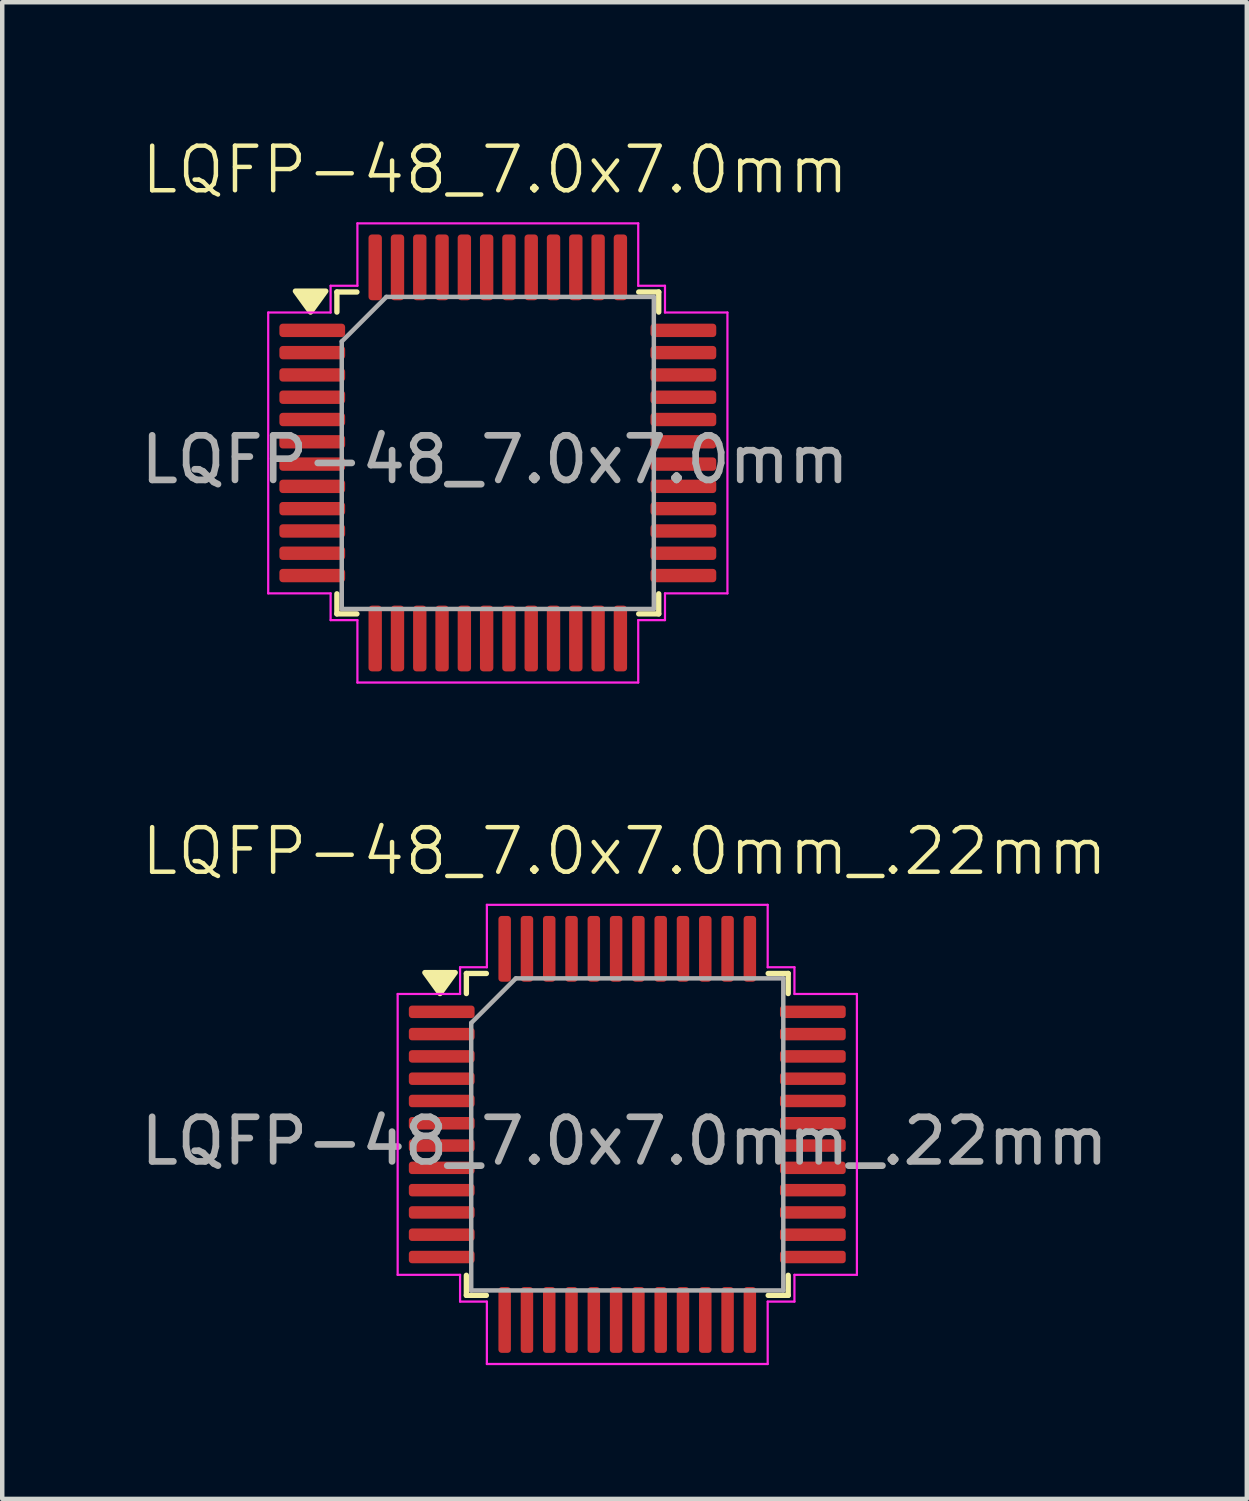
<source format=kicad_pcb>
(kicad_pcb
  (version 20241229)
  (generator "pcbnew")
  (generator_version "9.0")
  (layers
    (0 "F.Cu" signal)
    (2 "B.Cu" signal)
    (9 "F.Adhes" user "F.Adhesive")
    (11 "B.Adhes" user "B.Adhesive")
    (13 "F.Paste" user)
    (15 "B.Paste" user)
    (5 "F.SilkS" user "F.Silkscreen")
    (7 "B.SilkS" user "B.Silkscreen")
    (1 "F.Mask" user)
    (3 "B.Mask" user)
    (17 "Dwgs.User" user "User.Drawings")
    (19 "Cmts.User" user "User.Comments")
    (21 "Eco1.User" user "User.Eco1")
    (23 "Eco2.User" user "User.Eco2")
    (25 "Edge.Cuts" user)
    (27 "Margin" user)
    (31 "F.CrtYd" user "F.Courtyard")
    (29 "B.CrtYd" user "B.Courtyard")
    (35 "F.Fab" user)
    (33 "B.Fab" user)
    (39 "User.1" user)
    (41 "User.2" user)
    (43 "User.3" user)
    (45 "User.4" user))
  (footprint "LQFP-48_7.0x7.0mm"
    (layer "F.Cu")
    (at 8.054 7.16)
    (property "Reference" "LQFP-48_7.0x7.0mm" (at 0 -6.4 0) (unlocked yes) (layer "F.SilkS") (effects (font (size 1 1) (thickness 0.1))))
    (attr smd)
    (fp_line (start -3.547 -3.66) (end -3.547 -3.21) (stroke (width 0.12) (type solid)) (layer "F.SilkS"))
    (fp_line (start -3.547 3.56) (end -3.547 3.11) (stroke (width 0.12) (type solid)) (layer "F.SilkS"))
    (fp_line (start -3.098 -3.66) (end -3.547 -3.66) (stroke (width 0.12) (type solid)) (layer "F.SilkS"))
    (fp_line (start -3.098 3.56) (end -3.547 3.56) (stroke (width 0.12) (type solid)) (layer "F.SilkS"))
    (fp_line (start 3.223 -3.66) (end 3.672 -3.66) (stroke (width 0.12) (type solid)) (layer "F.SilkS"))
    (fp_line (start 3.223 3.56) (end 3.672 3.56) (stroke (width 0.12) (type solid)) (layer "F.SilkS"))
    (fp_line (start 3.672 -3.66) (end 3.672 -3.21) (stroke (width 0.12) (type solid)) (layer "F.SilkS"))
    (fp_line (start 3.672 3.56) (end 3.672 3.11) (stroke (width 0.12) (type solid)) (layer "F.SilkS"))
    (fp_poly (pts (xy -4.138 -3.21) (xy -4.478 -3.68) (xy -3.797 -3.68)) (stroke (width 0.12) (type solid)) (fill yes) (layer "F.SilkS"))
    (fp_line (start -5.088 -3.2) (end -3.688 -3.2) (stroke (width 0.05) (type solid)) (layer "F.CrtYd"))
    (fp_line (start -5.088 3.1) (end -5.088 -3.2) (stroke (width 0.05) (type solid)) (layer "F.CrtYd"))
    (fp_line (start -3.688 -3.8) (end -3.087 -3.8) (stroke (width 0.05) (type solid)) (layer "F.CrtYd"))
    (fp_line (start -3.688 -3.2) (end -3.688 -3.8) (stroke (width 0.05) (type solid)) (layer "F.CrtYd"))
    (fp_line (start -3.688 3.1) (end -5.088 3.1) (stroke (width 0.05) (type solid)) (layer "F.CrtYd"))
    (fp_line (start -3.688 3.7) (end -3.688 3.1) (stroke (width 0.05) (type solid)) (layer "F.CrtYd"))
    (fp_line (start -3.087 -5.2) (end 3.212 -5.2) (stroke (width 0.05) (type solid)) (layer "F.CrtYd"))
    (fp_line (start -3.087 -3.8) (end -3.087 -5.2) (stroke (width 0.05) (type solid)) (layer "F.CrtYd"))
    (fp_line (start -3.087 3.7) (end -3.688 3.7) (stroke (width 0.05) (type solid)) (layer "F.CrtYd"))
    (fp_line (start -3.087 5.1) (end -3.087 3.7) (stroke (width 0.05) (type solid)) (layer "F.CrtYd"))
    (fp_line (start 3.212 -5.2) (end 3.212 -3.8) (stroke (width 0.05) (type solid)) (layer "F.CrtYd"))
    (fp_line (start 3.212 -3.8) (end 3.812 -3.8) (stroke (width 0.05) (type solid)) (layer "F.CrtYd"))
    (fp_line (start 3.212 3.7) (end 3.212 5.1) (stroke (width 0.05) (type solid)) (layer "F.CrtYd"))
    (fp_line (start 3.212 5.1) (end -3.087 5.1) (stroke (width 0.05) (type solid)) (layer "F.CrtYd"))
    (fp_line (start 3.812 -3.8) (end 3.812 -3.2) (stroke (width 0.05) (type solid)) (layer "F.CrtYd"))
    (fp_line (start 3.812 -3.2) (end 5.213 -3.2) (stroke (width 0.05) (type solid)) (layer "F.CrtYd"))
    (fp_line (start 3.812 3.1) (end 3.812 3.7) (stroke (width 0.05) (type solid)) (layer "F.CrtYd"))
    (fp_line (start 3.812 3.7) (end 3.212 3.7) (stroke (width 0.05) (type solid)) (layer "F.CrtYd"))
    (fp_line (start 5.213 -3.2) (end 5.213 3.1) (stroke (width 0.05) (type solid)) (layer "F.CrtYd"))
    (fp_line (start 5.213 3.1) (end 3.812 3.1) (stroke (width 0.05) (type solid)) (layer "F.CrtYd"))
    (fp_line (start -3.438 -2.55) (end -2.438 -3.55) (stroke (width 0.1) (type solid)) (layer "F.Fab"))
    (fp_line (start -3.438 3.45) (end -3.438 -2.55) (stroke (width 0.1) (type solid)) (layer "F.Fab"))
    (fp_line (start -2.438 -3.55) (end 3.562 -3.55) (stroke (width 0.1) (type solid)) (layer "F.Fab"))
    (fp_line (start 3.562 -3.55) (end 3.562 3.45) (stroke (width 0.1) (type solid)) (layer "F.Fab"))
    (fp_line (start 3.562 3.45) (end -3.438 3.45) (stroke (width 0.1) (type solid)) (layer "F.Fab"))
    (fp_text user "${REFERENCE}" (at 0 0.1 0) (unlocked yes) (layer "F.Fab") (effects (font (size 1 1) (thickness 0.15))))
    (pad "1" smd roundrect (at -4.1 -2.8) (size 1.475 0.3) (layers "F.Cu" "F.Mask" "F.Paste") (roundrect_rratio 0.25))
    (pad "2" smd roundrect (at -4.1 -2.3) (size 1.475 0.3) (layers "F.Cu" "F.Mask" "F.Paste") (roundrect_rratio 0.25))
    (pad "3" smd roundrect (at -4.1 -1.8) (size 1.475 0.3) (layers "F.Cu" "F.Mask" "F.Paste") (roundrect_rratio 0.25))
    (pad "4" smd roundrect (at -4.1 -1.3) (size 1.475 0.3) (layers "F.Cu" "F.Mask" "F.Paste") (roundrect_rratio 0.25))
    (pad "5" smd roundrect (at -4.1 -0.8) (size 1.475 0.3) (layers "F.Cu" "F.Mask" "F.Paste") (roundrect_rratio 0.25))
    (pad "6" smd roundrect (at -4.1 -0.3) (size 1.475 0.3) (layers "F.Cu" "F.Mask" "F.Paste") (roundrect_rratio 0.25))
    (pad "7" smd roundrect (at -4.1 0.2) (size 1.475 0.3) (layers "F.Cu" "F.Mask" "F.Paste") (roundrect_rratio 0.25))
    (pad "8" smd roundrect (at -4.1 0.7) (size 1.475 0.3) (layers "F.Cu" "F.Mask" "F.Paste") (roundrect_rratio 0.25))
    (pad "9" smd roundrect (at -4.1 1.2) (size 1.475 0.3) (layers "F.Cu" "F.Mask" "F.Paste") (roundrect_rratio 0.25))
    (pad "10" smd roundrect (at -4.1 1.7) (size 1.475 0.3) (layers "F.Cu" "F.Mask" "F.Paste") (roundrect_rratio 0.25))
    (pad "11" smd roundrect (at -4.1 2.2) (size 1.475 0.3) (layers "F.Cu" "F.Mask" "F.Paste") (roundrect_rratio 0.25))
    (pad "12" smd roundrect (at -4.1 2.7) (size 1.475 0.3) (layers "F.Cu" "F.Mask" "F.Paste") (roundrect_rratio 0.25))
    (pad "13" smd roundrect (at -2.688 4.112) (size 0.3 1.475) (layers "F.Cu" "F.Mask" "F.Paste") (roundrect_rratio 0.25))
    (pad "14" smd roundrect (at -2.188 4.112) (size 0.3 1.475) (layers "F.Cu" "F.Mask" "F.Paste") (roundrect_rratio 0.25))
    (pad "15" smd roundrect (at -1.688 4.112) (size 0.3 1.475) (layers "F.Cu" "F.Mask" "F.Paste") (roundrect_rratio 0.25))
    (pad "16" smd roundrect (at -1.188 4.112) (size 0.3 1.475) (layers "F.Cu" "F.Mask" "F.Paste") (roundrect_rratio 0.25))
    (pad "17" smd roundrect (at -0.688 4.112) (size 0.3 1.475) (layers "F.Cu" "F.Mask" "F.Paste") (roundrect_rratio 0.25))
    (pad "18" smd roundrect (at -0.188 4.112) (size 0.3 1.475) (layers "F.Cu" "F.Mask" "F.Paste") (roundrect_rratio 0.25))
    (pad "19" smd roundrect (at 0.312 4.112) (size 0.3 1.475) (layers "F.Cu" "F.Mask" "F.Paste") (roundrect_rratio 0.25))
    (pad "20" smd roundrect (at 0.812 4.112) (size 0.3 1.475) (layers "F.Cu" "F.Mask" "F.Paste") (roundrect_rratio 0.25))
    (pad "21" smd roundrect (at 1.312 4.112) (size 0.3 1.475) (layers "F.Cu" "F.Mask" "F.Paste") (roundrect_rratio 0.25))
    (pad "22" smd roundrect (at 1.812 4.112) (size 0.3 1.475) (layers "F.Cu" "F.Mask" "F.Paste") (roundrect_rratio 0.25))
    (pad "23" smd roundrect (at 2.312 4.112) (size 0.3 1.475) (layers "F.Cu" "F.Mask" "F.Paste") (roundrect_rratio 0.25))
    (pad "24" smd roundrect (at 2.812 4.112) (size 0.3 1.475) (layers "F.Cu" "F.Mask" "F.Paste") (roundrect_rratio 0.25))
    (pad "25" smd roundrect (at 4.225 2.7) (size 1.475 0.3) (layers "F.Cu" "F.Mask" "F.Paste") (roundrect_rratio 0.25))
    (pad "26" smd roundrect (at 4.225 2.2) (size 1.475 0.3) (layers "F.Cu" "F.Mask" "F.Paste") (roundrect_rratio 0.25))
    (pad "27" smd roundrect (at 4.225 1.7) (size 1.475 0.3) (layers "F.Cu" "F.Mask" "F.Paste") (roundrect_rratio 0.25))
    (pad "28" smd roundrect (at 4.225 1.2) (size 1.475 0.3) (layers "F.Cu" "F.Mask" "F.Paste") (roundrect_rratio 0.25))
    (pad "29" smd roundrect (at 4.225 0.7) (size 1.475 0.3) (layers "F.Cu" "F.Mask" "F.Paste") (roundrect_rratio 0.25))
    (pad "30" smd roundrect (at 4.225 0.2) (size 1.475 0.3) (layers "F.Cu" "F.Mask" "F.Paste") (roundrect_rratio 0.25))
    (pad "31" smd roundrect (at 4.225 -0.3) (size 1.475 0.3) (layers "F.Cu" "F.Mask" "F.Paste") (roundrect_rratio 0.25))
    (pad "32" smd roundrect (at 4.225 -0.8) (size 1.475 0.3) (layers "F.Cu" "F.Mask" "F.Paste") (roundrect_rratio 0.25))
    (pad "33" smd roundrect (at 4.225 -1.3) (size 1.475 0.3) (layers "F.Cu" "F.Mask" "F.Paste") (roundrect_rratio 0.25))
    (pad "34" smd roundrect (at 4.225 -1.8) (size 1.475 0.3) (layers "F.Cu" "F.Mask" "F.Paste") (roundrect_rratio 0.25))
    (pad "35" smd roundrect (at 4.225 -2.3) (size 1.475 0.3) (layers "F.Cu" "F.Mask" "F.Paste") (roundrect_rratio 0.25))
    (pad "36" smd roundrect (at 4.225 -2.8) (size 1.475 0.3) (layers "F.Cu" "F.Mask" "F.Paste") (roundrect_rratio 0.25))
    (pad "37" smd roundrect (at 2.812 -4.213) (size 0.3 1.475) (layers "F.Cu" "F.Mask" "F.Paste") (roundrect_rratio 0.25))
    (pad "38" smd roundrect (at 2.312 -4.213) (size 0.3 1.475) (layers "F.Cu" "F.Mask" "F.Paste") (roundrect_rratio 0.25))
    (pad "39" smd roundrect (at 1.812 -4.213) (size 0.3 1.475) (layers "F.Cu" "F.Mask" "F.Paste") (roundrect_rratio 0.25))
    (pad "40" smd roundrect (at 1.312 -4.213) (size 0.3 1.475) (layers "F.Cu" "F.Mask" "F.Paste") (roundrect_rratio 0.25))
    (pad "41" smd roundrect (at 0.812 -4.213) (size 0.3 1.475) (layers "F.Cu" "F.Mask" "F.Paste") (roundrect_rratio 0.25))
    (pad "42" smd roundrect (at 0.312 -4.213) (size 0.3 1.475) (layers "F.Cu" "F.Mask" "F.Paste") (roundrect_rratio 0.25))
    (pad "43" smd roundrect (at -0.188 -4.213) (size 0.3 1.475) (layers "F.Cu" "F.Mask" "F.Paste") (roundrect_rratio 0.25))
    (pad "44" smd roundrect (at -0.688 -4.213) (size 0.3 1.475) (layers "F.Cu" "F.Mask" "F.Paste") (roundrect_rratio 0.25))
    (pad "45" smd roundrect (at -1.188 -4.213) (size 0.3 1.475) (layers "F.Cu" "F.Mask" "F.Paste") (roundrect_rratio 0.25))
    (pad "46" smd roundrect (at -1.688 -4.213) (size 0.3 1.475) (layers "F.Cu" "F.Mask" "F.Paste") (roundrect_rratio 0.25))
    (pad "47" smd roundrect (at -2.188 -4.213) (size 0.3 1.475) (layers "F.Cu" "F.Mask" "F.Paste") (roundrect_rratio 0.25))
    (pad "48" smd roundrect (at -2.688 -4.213) (size 0.3 1.475) (layers "F.Cu" "F.Mask" "F.Paste") (roundrect_rratio 0.25)))
  (footprint "LQFP-48_7.0x7.0mm_.22mm"
    (layer "F.Cu")
    (at 10.958 22.446)
    (property "Reference" "LQFP-48_7.0x7.0mm_.22mm" (at 0 -6.4 0) (unlocked yes) (layer "F.SilkS") (effects (font (size 1 1) (thickness 0.1))))
    (attr smd)
    (fp_line (start -3.547 -3.66) (end -3.547 -3.21) (stroke (width 0.12) (type solid)) (layer "F.SilkS"))
    (fp_line (start -3.547 3.56) (end -3.547 3.11) (stroke (width 0.12) (type solid)) (layer "F.SilkS"))
    (fp_line (start -3.098 -3.66) (end -3.547 -3.66) (stroke (width 0.12) (type solid)) (layer "F.SilkS"))
    (fp_line (start -3.098 3.56) (end -3.547 3.56) (stroke (width 0.12) (type solid)) (layer "F.SilkS"))
    (fp_line (start 3.223 -3.66) (end 3.672 -3.66) (stroke (width 0.12) (type solid)) (layer "F.SilkS"))
    (fp_line (start 3.223 3.56) (end 3.672 3.56) (stroke (width 0.12) (type solid)) (layer "F.SilkS"))
    (fp_line (start 3.672 -3.66) (end 3.672 -3.21) (stroke (width 0.12) (type solid)) (layer "F.SilkS"))
    (fp_line (start 3.672 3.56) (end 3.672 3.11) (stroke (width 0.12) (type solid)) (layer "F.SilkS"))
    (fp_poly (pts (xy -4.138 -3.21) (xy -4.478 -3.68) (xy -3.797 -3.68)) (stroke (width 0.12) (type solid)) (fill yes) (layer "F.SilkS"))
    (fp_line (start -5.088 -3.2) (end -3.688 -3.2) (stroke (width 0.05) (type solid)) (layer "F.CrtYd"))
    (fp_line (start -5.088 3.1) (end -5.088 -3.2) (stroke (width 0.05) (type solid)) (layer "F.CrtYd"))
    (fp_line (start -3.688 -3.8) (end -3.087 -3.8) (stroke (width 0.05) (type solid)) (layer "F.CrtYd"))
    (fp_line (start -3.688 -3.2) (end -3.688 -3.8) (stroke (width 0.05) (type solid)) (layer "F.CrtYd"))
    (fp_line (start -3.688 3.1) (end -5.088 3.1) (stroke (width 0.05) (type solid)) (layer "F.CrtYd"))
    (fp_line (start -3.688 3.7) (end -3.688 3.1) (stroke (width 0.05) (type solid)) (layer "F.CrtYd"))
    (fp_line (start -3.087 -5.2) (end 3.212 -5.2) (stroke (width 0.05) (type solid)) (layer "F.CrtYd"))
    (fp_line (start -3.087 -3.8) (end -3.087 -5.2) (stroke (width 0.05) (type solid)) (layer "F.CrtYd"))
    (fp_line (start -3.087 3.7) (end -3.688 3.7) (stroke (width 0.05) (type solid)) (layer "F.CrtYd"))
    (fp_line (start -3.087 5.1) (end -3.087 3.7) (stroke (width 0.05) (type solid)) (layer "F.CrtYd"))
    (fp_line (start 3.212 -5.2) (end 3.212 -3.8) (stroke (width 0.05) (type solid)) (layer "F.CrtYd"))
    (fp_line (start 3.212 -3.8) (end 3.812 -3.8) (stroke (width 0.05) (type solid)) (layer "F.CrtYd"))
    (fp_line (start 3.212 3.7) (end 3.212 5.1) (stroke (width 0.05) (type solid)) (layer "F.CrtYd"))
    (fp_line (start 3.212 5.1) (end -3.087 5.1) (stroke (width 0.05) (type solid)) (layer "F.CrtYd"))
    (fp_line (start 3.812 -3.8) (end 3.812 -3.2) (stroke (width 0.05) (type solid)) (layer "F.CrtYd"))
    (fp_line (start 3.812 -3.2) (end 5.213 -3.2) (stroke (width 0.05) (type solid)) (layer "F.CrtYd"))
    (fp_line (start 3.812 3.1) (end 3.812 3.7) (stroke (width 0.05) (type solid)) (layer "F.CrtYd"))
    (fp_line (start 3.812 3.7) (end 3.212 3.7) (stroke (width 0.05) (type solid)) (layer "F.CrtYd"))
    (fp_line (start 5.213 -3.2) (end 5.213 3.1) (stroke (width 0.05) (type solid)) (layer "F.CrtYd"))
    (fp_line (start 5.213 3.1) (end 3.812 3.1) (stroke (width 0.05) (type solid)) (layer "F.CrtYd"))
    (fp_line (start -3.438 -2.55) (end -2.438 -3.55) (stroke (width 0.1) (type solid)) (layer "F.Fab"))
    (fp_line (start -3.438 3.45) (end -3.438 -2.55) (stroke (width 0.1) (type solid)) (layer "F.Fab"))
    (fp_line (start -2.438 -3.55) (end 3.562 -3.55) (stroke (width 0.1) (type solid)) (layer "F.Fab"))
    (fp_line (start 3.562 -3.55) (end 3.562 3.45) (stroke (width 0.1) (type solid)) (layer "F.Fab"))
    (fp_line (start 3.562 3.45) (end -3.438 3.45) (stroke (width 0.1) (type solid)) (layer "F.Fab"))
    (fp_text user "${REFERENCE}" (at 0 0.1 0) (unlocked yes) (layer "F.Fab") (effects (font (size 1 1) (thickness 0.15))))
    (pad "1" smd roundrect (at -4.1 -2.8) (size 1.475 0.28) (layers "F.Cu" "F.Mask" "F.Paste") (roundrect_rratio 0.25))
    (pad "2" smd roundrect (at -4.1 -2.3) (size 1.475 0.28) (layers "F.Cu" "F.Mask" "F.Paste") (roundrect_rratio 0.25))
    (pad "3" smd roundrect (at -4.1 -1.8) (size 1.475 0.28) (layers "F.Cu" "F.Mask" "F.Paste") (roundrect_rratio 0.25))
    (pad "4" smd roundrect (at -4.1 -1.3) (size 1.475 0.28) (layers "F.Cu" "F.Mask" "F.Paste") (roundrect_rratio 0.25))
    (pad "5" smd roundrect (at -4.1 -0.8) (size 1.475 0.28) (layers "F.Cu" "F.Mask" "F.Paste") (roundrect_rratio 0.25))
    (pad "6" smd roundrect (at -4.1 -0.3) (size 1.475 0.28) (layers "F.Cu" "F.Mask" "F.Paste") (roundrect_rratio 0.25))
    (pad "7" smd roundrect (at -4.1 0.2) (size 1.475 0.28) (layers "F.Cu" "F.Mask" "F.Paste") (roundrect_rratio 0.25))
    (pad "8" smd roundrect (at -4.1 0.7) (size 1.475 0.28) (layers "F.Cu" "F.Mask" "F.Paste") (roundrect_rratio 0.25))
    (pad "9" smd roundrect (at -4.1 1.2) (size 1.475 0.28) (layers "F.Cu" "F.Mask" "F.Paste") (roundrect_rratio 0.25))
    (pad "10" smd roundrect (at -4.1 1.7) (size 1.475 0.28) (layers "F.Cu" "F.Mask" "F.Paste") (roundrect_rratio 0.25))
    (pad "11" smd roundrect (at -4.1 2.2) (size 1.475 0.28) (layers "F.Cu" "F.Mask" "F.Paste") (roundrect_rratio 0.25))
    (pad "12" smd roundrect (at -4.1 2.7) (size 1.475 0.28) (layers "F.Cu" "F.Mask" "F.Paste") (roundrect_rratio 0.25))
    (pad "13" smd roundrect (at -2.688 4.112) (size 0.28 1.475) (layers "F.Cu" "F.Mask" "F.Paste") (roundrect_rratio 0.25))
    (pad "14" smd roundrect (at -2.188 4.112) (size 0.28 1.475) (layers "F.Cu" "F.Mask" "F.Paste") (roundrect_rratio 0.25))
    (pad "15" smd roundrect (at -1.688 4.112) (size 0.28 1.475) (layers "F.Cu" "F.Mask" "F.Paste") (roundrect_rratio 0.25))
    (pad "16" smd roundrect (at -1.188 4.112) (size 0.28 1.475) (layers "F.Cu" "F.Mask" "F.Paste") (roundrect_rratio 0.25))
    (pad "17" smd roundrect (at -0.688 4.112) (size 0.28 1.475) (layers "F.Cu" "F.Mask" "F.Paste") (roundrect_rratio 0.25))
    (pad "18" smd roundrect (at -0.188 4.112) (size 0.28 1.475) (layers "F.Cu" "F.Mask" "F.Paste") (roundrect_rratio 0.25))
    (pad "19" smd roundrect (at 0.312 4.112) (size 0.28 1.475) (layers "F.Cu" "F.Mask" "F.Paste") (roundrect_rratio 0.25))
    (pad "20" smd roundrect (at 0.812 4.112) (size 0.28 1.475) (layers "F.Cu" "F.Mask" "F.Paste") (roundrect_rratio 0.25))
    (pad "21" smd roundrect (at 1.312 4.112) (size 0.28 1.475) (layers "F.Cu" "F.Mask" "F.Paste") (roundrect_rratio 0.25))
    (pad "22" smd roundrect (at 1.812 4.112) (size 0.28 1.475) (layers "F.Cu" "F.Mask" "F.Paste") (roundrect_rratio 0.25))
    (pad "23" smd roundrect (at 2.312 4.112) (size 0.28 1.475) (layers "F.Cu" "F.Mask" "F.Paste") (roundrect_rratio 0.25))
    (pad "24" smd roundrect (at 2.812 4.112) (size 0.28 1.475) (layers "F.Cu" "F.Mask" "F.Paste") (roundrect_rratio 0.25))
    (pad "25" smd roundrect (at 4.225 2.7) (size 1.475 0.28) (layers "F.Cu" "F.Mask" "F.Paste") (roundrect_rratio 0.25))
    (pad "26" smd roundrect (at 4.225 2.2) (size 1.475 0.28) (layers "F.Cu" "F.Mask" "F.Paste") (roundrect_rratio 0.25))
    (pad "27" smd roundrect (at 4.225 1.7) (size 1.475 0.28) (layers "F.Cu" "F.Mask" "F.Paste") (roundrect_rratio 0.25))
    (pad "28" smd roundrect (at 4.225 1.2) (size 1.475 0.28) (layers "F.Cu" "F.Mask" "F.Paste") (roundrect_rratio 0.25))
    (pad "29" smd roundrect (at 4.225 0.7) (size 1.475 0.28) (layers "F.Cu" "F.Mask" "F.Paste") (roundrect_rratio 0.25))
    (pad "30" smd roundrect (at 4.225 0.2) (size 1.475 0.28) (layers "F.Cu" "F.Mask" "F.Paste") (roundrect_rratio 0.25))
    (pad "31" smd roundrect (at 4.225 -0.3) (size 1.475 0.28) (layers "F.Cu" "F.Mask" "F.Paste") (roundrect_rratio 0.25))
    (pad "32" smd roundrect (at 4.225 -0.8) (size 1.475 0.28) (layers "F.Cu" "F.Mask" "F.Paste") (roundrect_rratio 0.25))
    (pad "33" smd roundrect (at 4.225 -1.3) (size 1.475 0.28) (layers "F.Cu" "F.Mask" "F.Paste") (roundrect_rratio 0.25))
    (pad "34" smd roundrect (at 4.225 -1.8) (size 1.475 0.28) (layers "F.Cu" "F.Mask" "F.Paste") (roundrect_rratio 0.25))
    (pad "35" smd roundrect (at 4.225 -2.3) (size 1.475 0.28) (layers "F.Cu" "F.Mask" "F.Paste") (roundrect_rratio 0.25))
    (pad "36" smd roundrect (at 4.225 -2.8) (size 1.475 0.28) (layers "F.Cu" "F.Mask" "F.Paste") (roundrect_rratio 0.25))
    (pad "37" smd roundrect (at 2.812 -4.213) (size 0.28 1.475) (layers "F.Cu" "F.Mask" "F.Paste") (roundrect_rratio 0.25))
    (pad "38" smd roundrect (at 2.312 -4.213) (size 0.28 1.475) (layers "F.Cu" "F.Mask" "F.Paste") (roundrect_rratio 0.25))
    (pad "39" smd roundrect (at 1.812 -4.213) (size 0.28 1.475) (layers "F.Cu" "F.Mask" "F.Paste") (roundrect_rratio 0.25))
    (pad "40" smd roundrect (at 1.312 -4.213) (size 0.28 1.475) (layers "F.Cu" "F.Mask" "F.Paste") (roundrect_rratio 0.25))
    (pad "41" smd roundrect (at 0.812 -4.213) (size 0.28 1.475) (layers "F.Cu" "F.Mask" "F.Paste") (roundrect_rratio 0.25))
    (pad "42" smd roundrect (at 0.312 -4.213) (size 0.28 1.475) (layers "F.Cu" "F.Mask" "F.Paste") (roundrect_rratio 0.25))
    (pad "43" smd roundrect (at -0.188 -4.213) (size 0.28 1.475) (layers "F.Cu" "F.Mask" "F.Paste") (roundrect_rratio 0.25))
    (pad "44" smd roundrect (at -0.688 -4.213) (size 0.28 1.475) (layers "F.Cu" "F.Mask" "F.Paste") (roundrect_rratio 0.25))
    (pad "45" smd roundrect (at -1.188 -4.213) (size 0.28 1.475) (layers "F.Cu" "F.Mask" "F.Paste") (roundrect_rratio 0.25))
    (pad "46" smd roundrect (at -1.688 -4.213) (size 0.28 1.475) (layers "F.Cu" "F.Mask" "F.Paste") (roundrect_rratio 0.25))
    (pad "47" smd roundrect (at -2.188 -4.213) (size 0.28 1.475) (layers "F.Cu" "F.Mask" "F.Paste") (roundrect_rratio 0.25))
    (pad "48" smd roundrect (at -2.688 -4.213) (size 0.28 1.475) (layers "F.Cu" "F.Mask" "F.Paste") (roundrect_rratio 0.25)))
  (gr_rect
    (start -3 -3)
    (end 24.917 30.571)
    (stroke (width 0.1) (type default))
    (fill no)
    (layer "Edge.Cuts")))
</source>
